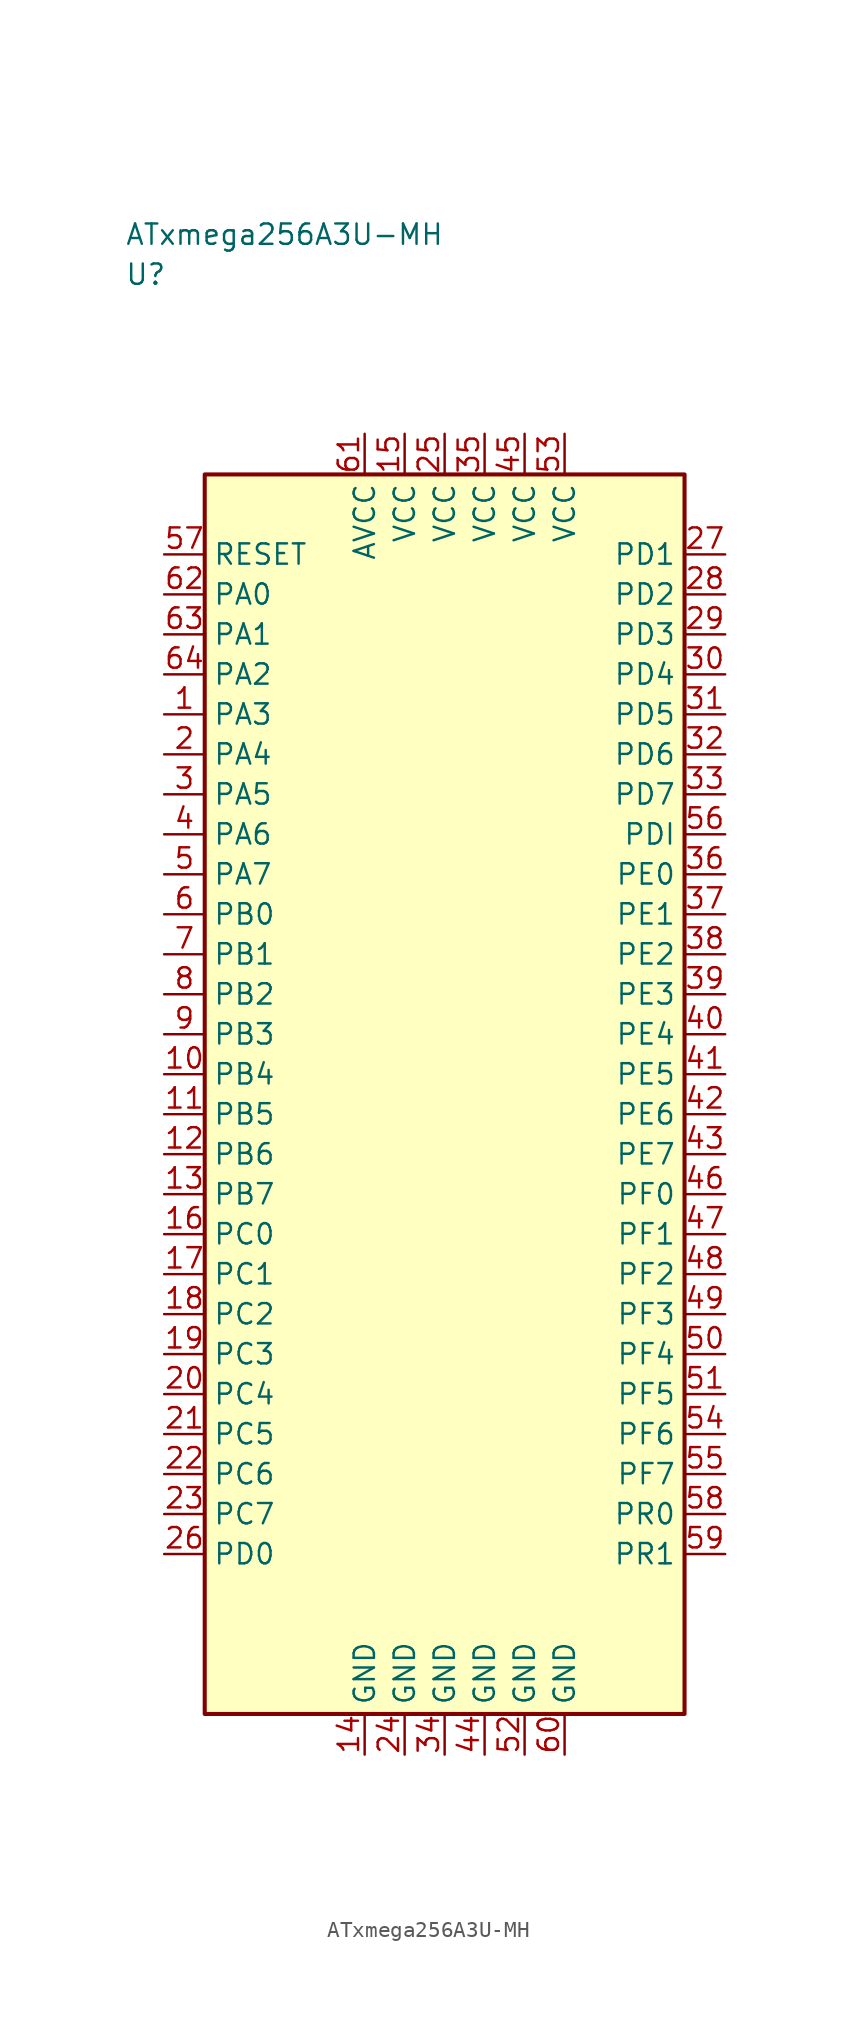
<source format=kicad_sym>
(kicad_symbol_lib
  (version 20241025)
  (generator "kicad_symbol_editor")
  (generator_version "8.0")
  (symbol "ATxmega256A3U-MH"
    (property "Reference" "U"
      (at -20.0 51.25 0)
      (effects (font (size 1.27 1.27)) (justify left)))
    (property "Value" "ATxmega256A3U-MH"
      (at -20.0 53.75 0)
      (effects (font (size 1.27 1.27)) (justify left)))
    (symbol "ATxmega256A3U-MH_0_1"
      (rectangle (start -15.0 38.75) (end 15.0 -38.75) (stroke (width 0.254) (type default)) (fill (type background))))
    (symbol "ATxmega256A3U-MH_1_1"
      (pin bidirectional line (at -17.54 23.75 0.0) (length 2.54) (name "PA3" (effects (font (size 1.27 1.27)))) (number "1" (effects (font (size 1.27 1.27)))))
      (pin bidirectional line (at -17.54 21.25 0.0) (length 2.54) (name "PA4" (effects (font (size 1.27 1.27)))) (number "2" (effects (font (size 1.27 1.27)))))
      (pin bidirectional line (at -17.54 18.75 0.0) (length 2.54) (name "PA5" (effects (font (size 1.27 1.27)))) (number "3" (effects (font (size 1.27 1.27)))))
      (pin bidirectional line (at -17.54 16.25 0.0) (length 2.54) (name "PA6" (effects (font (size 1.27 1.27)))) (number "4" (effects (font (size 1.27 1.27)))))
      (pin bidirectional line (at -17.54 13.75 0.0) (length 2.54) (name "PA7" (effects (font (size 1.27 1.27)))) (number "5" (effects (font (size 1.27 1.27)))))
      (pin bidirectional line (at -17.54 11.25 0.0) (length 2.54) (name "PB0" (effects (font (size 1.27 1.27)))) (number "6" (effects (font (size 1.27 1.27)))))
      (pin bidirectional line (at -17.54 8.75 0.0) (length 2.54) (name "PB1" (effects (font (size 1.27 1.27)))) (number "7" (effects (font (size 1.27 1.27)))))
      (pin bidirectional line (at -17.54 6.25 0.0) (length 2.54) (name "PB2" (effects (font (size 1.27 1.27)))) (number "8" (effects (font (size 1.27 1.27)))))
      (pin bidirectional line (at -17.54 3.75 0.0) (length 2.54) (name "PB3" (effects (font (size 1.27 1.27)))) (number "9" (effects (font (size 1.27 1.27)))))
      (pin bidirectional line (at -17.54 1.25 0.0) (length 2.54) (name "PB4" (effects (font (size 1.27 1.27)))) (number "10" (effects (font (size 1.27 1.27)))))
      (pin bidirectional line (at -17.54 -1.25 0.0) (length 2.54) (name "PB5" (effects (font (size 1.27 1.27)))) (number "11" (effects (font (size 1.27 1.27)))))
      (pin bidirectional line (at -17.54 -3.75 0.0) (length 2.54) (name "PB6" (effects (font (size 1.27 1.27)))) (number "12" (effects (font (size 1.27 1.27)))))
      (pin bidirectional line (at -17.54 -6.25 0.0) (length 2.54) (name "PB7" (effects (font (size 1.27 1.27)))) (number "13" (effects (font (size 1.27 1.27)))))
      (pin passive line (at -5.0 -41.29 90.0) (length 2.54) (name "GND" (effects (font (size 1.27 1.27)))) (number "14" (effects (font (size 1.27 1.27)))))
      (pin power_in line (at -2.5 41.29 270.0) (length 2.54) (name "VCC" (effects (font (size 1.27 1.27)))) (number "15" (effects (font (size 1.27 1.27)))))
      (pin bidirectional line (at -17.54 -8.75 0.0) (length 2.54) (name "PC0" (effects (font (size 1.27 1.27)))) (number "16" (effects (font (size 1.27 1.27)))))
      (pin bidirectional line (at -17.54 -11.25 0.0) (length 2.54) (name "PC1" (effects (font (size 1.27 1.27)))) (number "17" (effects (font (size 1.27 1.27)))))
      (pin bidirectional line (at -17.54 -13.75 0.0) (length 2.54) (name "PC2" (effects (font (size 1.27 1.27)))) (number "18" (effects (font (size 1.27 1.27)))))
      (pin bidirectional line (at -17.54 -16.25 0.0) (length 2.54) (name "PC3" (effects (font (size 1.27 1.27)))) (number "19" (effects (font (size 1.27 1.27)))))
      (pin bidirectional line (at -17.54 -18.75 0.0) (length 2.54) (name "PC4" (effects (font (size 1.27 1.27)))) (number "20" (effects (font (size 1.27 1.27)))))
      (pin bidirectional line (at -17.54 -21.25 0.0) (length 2.54) (name "PC5" (effects (font (size 1.27 1.27)))) (number "21" (effects (font (size 1.27 1.27)))))
      (pin bidirectional line (at -17.54 -23.75 0.0) (length 2.54) (name "PC6" (effects (font (size 1.27 1.27)))) (number "22" (effects (font (size 1.27 1.27)))))
      (pin bidirectional line (at -17.54 -26.25 0.0) (length 2.54) (name "PC7" (effects (font (size 1.27 1.27)))) (number "23" (effects (font (size 1.27 1.27)))))
      (pin passive line (at -2.5 -41.29 90.0) (length 2.54) (name "GND" (effects (font (size 1.27 1.27)))) (number "24" (effects (font (size 1.27 1.27)))))
      (pin power_in line (at 0.0 41.29 270.0) (length 2.54) (name "VCC" (effects (font (size 1.27 1.27)))) (number "25" (effects (font (size 1.27 1.27)))))
      (pin bidirectional line (at -17.54 -28.75 0.0) (length 2.54) (name "PD0" (effects (font (size 1.27 1.27)))) (number "26" (effects (font (size 1.27 1.27)))))
      (pin bidirectional line (at 17.54 33.75 180.0) (length 2.54) (name "PD1" (effects (font (size 1.27 1.27)))) (number "27" (effects (font (size 1.27 1.27)))))
      (pin bidirectional line (at 17.54 31.25 180.0) (length 2.54) (name "PD2" (effects (font (size 1.27 1.27)))) (number "28" (effects (font (size 1.27 1.27)))))
      (pin bidirectional line (at 17.54 28.75 180.0) (length 2.54) (name "PD3" (effects (font (size 1.27 1.27)))) (number "29" (effects (font (size 1.27 1.27)))))
      (pin bidirectional line (at 17.54 26.25 180.0) (length 2.54) (name "PD4" (effects (font (size 1.27 1.27)))) (number "30" (effects (font (size 1.27 1.27)))))
      (pin bidirectional line (at 17.54 23.75 180.0) (length 2.54) (name "PD5" (effects (font (size 1.27 1.27)))) (number "31" (effects (font (size 1.27 1.27)))))
      (pin bidirectional line (at 17.54 21.25 180.0) (length 2.54) (name "PD6" (effects (font (size 1.27 1.27)))) (number "32" (effects (font (size 1.27 1.27)))))
      (pin bidirectional line (at 17.54 18.75 180.0) (length 2.54) (name "PD7" (effects (font (size 1.27 1.27)))) (number "33" (effects (font (size 1.27 1.27)))))
      (pin passive line (at 0.0 -41.29 90.0) (length 2.54) (name "GND" (effects (font (size 1.27 1.27)))) (number "34" (effects (font (size 1.27 1.27)))))
      (pin power_in line (at 2.5 41.29 270.0) (length 2.54) (name "VCC" (effects (font (size 1.27 1.27)))) (number "35" (effects (font (size 1.27 1.27)))))
      (pin bidirectional line (at 17.54 13.75 180.0) (length 2.54) (name "PE0" (effects (font (size 1.27 1.27)))) (number "36" (effects (font (size 1.27 1.27)))))
      (pin bidirectional line (at 17.54 11.25 180.0) (length 2.54) (name "PE1" (effects (font (size 1.27 1.27)))) (number "37" (effects (font (size 1.27 1.27)))))
      (pin bidirectional line (at 17.54 8.75 180.0) (length 2.54) (name "PE2" (effects (font (size 1.27 1.27)))) (number "38" (effects (font (size 1.27 1.27)))))
      (pin bidirectional line (at 17.54 6.25 180.0) (length 2.54) (name "PE3" (effects (font (size 1.27 1.27)))) (number "39" (effects (font (size 1.27 1.27)))))
      (pin bidirectional line (at 17.54 3.75 180.0) (length 2.54) (name "PE4" (effects (font (size 1.27 1.27)))) (number "40" (effects (font (size 1.27 1.27)))))
      (pin bidirectional line (at 17.54 1.25 180.0) (length 2.54) (name "PE5" (effects (font (size 1.27 1.27)))) (number "41" (effects (font (size 1.27 1.27)))))
      (pin bidirectional line (at 17.54 -1.25 180.0) (length 2.54) (name "PE6" (effects (font (size 1.27 1.27)))) (number "42" (effects (font (size 1.27 1.27)))))
      (pin bidirectional line (at 17.54 -3.75 180.0) (length 2.54) (name "PE7" (effects (font (size 1.27 1.27)))) (number "43" (effects (font (size 1.27 1.27)))))
      (pin passive line (at 2.5 -41.29 90.0) (length 2.54) (name "GND" (effects (font (size 1.27 1.27)))) (number "44" (effects (font (size 1.27 1.27)))))
      (pin power_in line (at 5.0 41.29 270.0) (length 2.54) (name "VCC" (effects (font (size 1.27 1.27)))) (number "45" (effects (font (size 1.27 1.27)))))
      (pin bidirectional line (at 17.54 -6.25 180.0) (length 2.54) (name "PF0" (effects (font (size 1.27 1.27)))) (number "46" (effects (font (size 1.27 1.27)))))
      (pin bidirectional line (at 17.54 -8.75 180.0) (length 2.54) (name "PF1" (effects (font (size 1.27 1.27)))) (number "47" (effects (font (size 1.27 1.27)))))
      (pin bidirectional line (at 17.54 -11.25 180.0) (length 2.54) (name "PF2" (effects (font (size 1.27 1.27)))) (number "48" (effects (font (size 1.27 1.27)))))
      (pin bidirectional line (at 17.54 -13.75 180.0) (length 2.54) (name "PF3" (effects (font (size 1.27 1.27)))) (number "49" (effects (font (size 1.27 1.27)))))
      (pin bidirectional line (at 17.54 -16.25 180.0) (length 2.54) (name "PF4" (effects (font (size 1.27 1.27)))) (number "50" (effects (font (size 1.27 1.27)))))
      (pin bidirectional line (at 17.54 -18.75 180.0) (length 2.54) (name "PF5" (effects (font (size 1.27 1.27)))) (number "51" (effects (font (size 1.27 1.27)))))
      (pin passive line (at 5.0 -41.29 90.0) (length 2.54) (name "GND" (effects (font (size 1.27 1.27)))) (number "52" (effects (font (size 1.27 1.27)))))
      (pin power_in line (at 7.5 41.29 270.0) (length 2.54) (name "VCC" (effects (font (size 1.27 1.27)))) (number "53" (effects (font (size 1.27 1.27)))))
      (pin bidirectional line (at 17.54 -21.25 180.0) (length 2.54) (name "PF6" (effects (font (size 1.27 1.27)))) (number "54" (effects (font (size 1.27 1.27)))))
      (pin bidirectional line (at 17.54 -23.75 180.0) (length 2.54) (name "PF7" (effects (font (size 1.27 1.27)))) (number "55" (effects (font (size 1.27 1.27)))))
      (pin bidirectional line (at 17.54 16.25 180.0) (length 2.54) (name "PDI" (effects (font (size 1.27 1.27)))) (number "56" (effects (font (size 1.27 1.27)))))
      (pin input line (at -17.54 33.75 0.0) (length 2.54) (name "RESET" (effects (font (size 1.27 1.27)))) (number "57" (effects (font (size 1.27 1.27)))))
      (pin bidirectional line (at 17.54 -26.25 180.0) (length 2.54) (name "PR0" (effects (font (size 1.27 1.27)))) (number "58" (effects (font (size 1.27 1.27)))))
      (pin bidirectional line (at 17.54 -28.75 180.0) (length 2.54) (name "PR1" (effects (font (size 1.27 1.27)))) (number "59" (effects (font (size 1.27 1.27)))))
      (pin passive line (at 7.5 -41.29 90.0) (length 2.54) (name "GND" (effects (font (size 1.27 1.27)))) (number "60" (effects (font (size 1.27 1.27)))))
      (pin power_in line (at -5.0 41.29 270.0) (length 2.54) (name "AVCC" (effects (font (size 1.27 1.27)))) (number "61" (effects (font (size 1.27 1.27)))))
      (pin bidirectional line (at -17.54 31.25 0.0) (length 2.54) (name "PA0" (effects (font (size 1.27 1.27)))) (number "62" (effects (font (size 1.27 1.27)))))
      (pin bidirectional line (at -17.54 28.75 0.0) (length 2.54) (name "PA1" (effects (font (size 1.27 1.27)))) (number "63" (effects (font (size 1.27 1.27)))))
      (pin bidirectional line (at -17.54 26.25 0.0) (length 2.54) (name "PA2" (effects (font (size 1.27 1.27)))) (number "64" (effects (font (size 1.27 1.27))))))))
</source>
